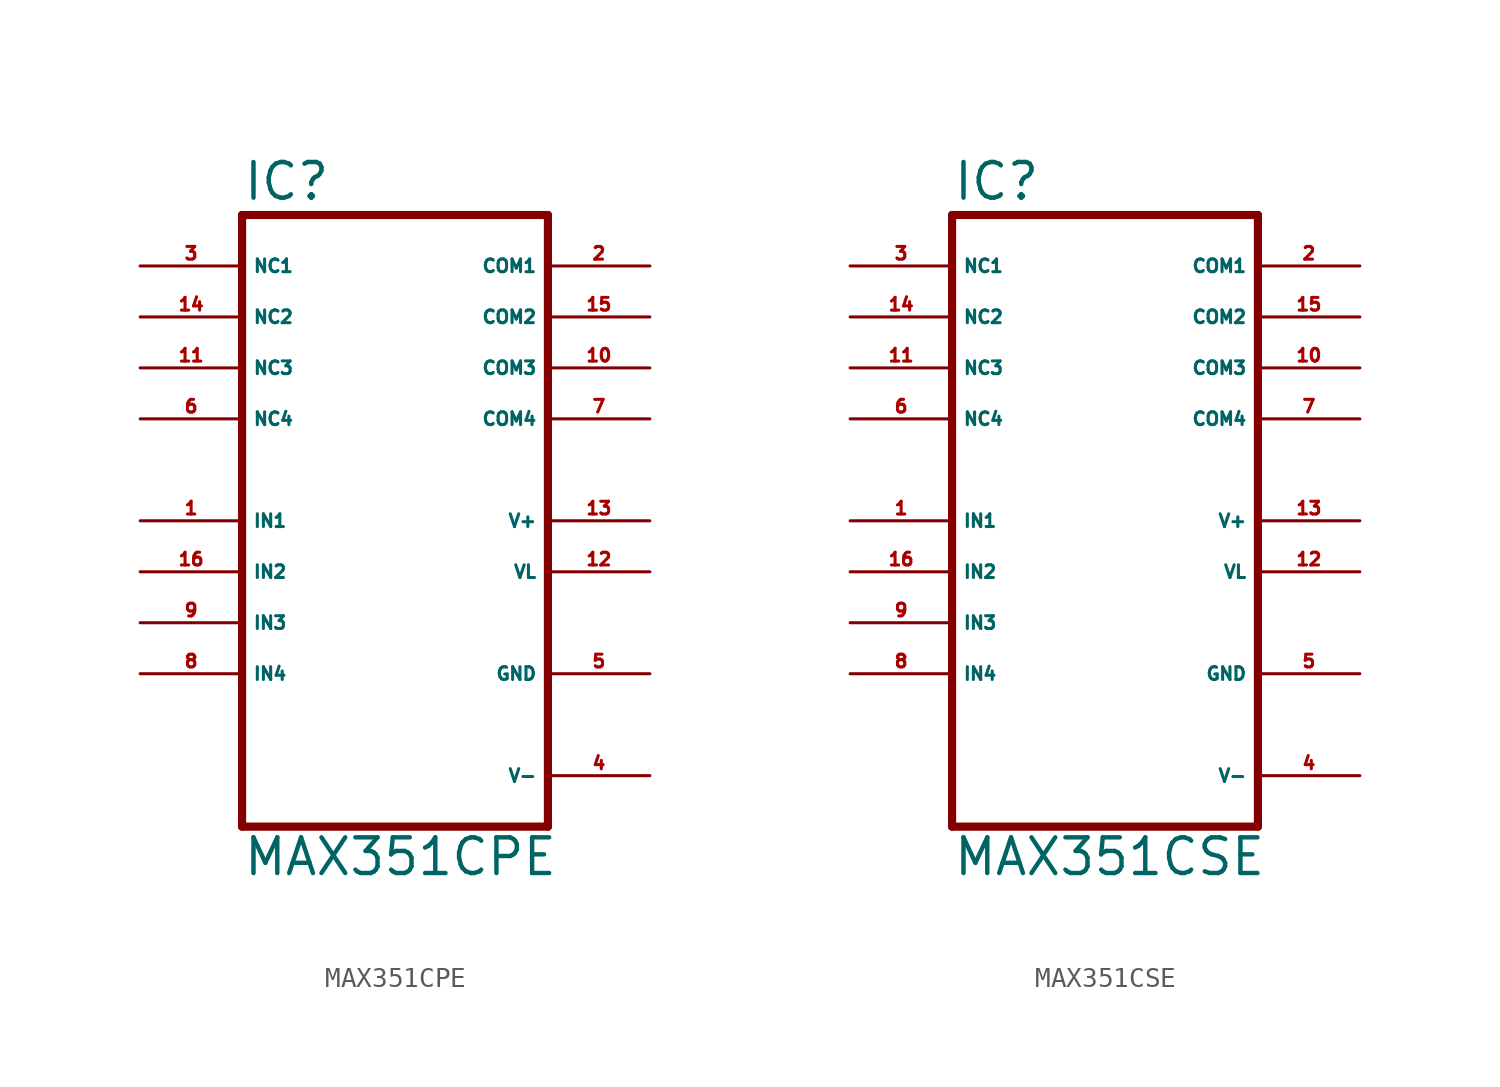
<source format=kicad_sym>
(kicad_symbol_lib
  (version 20220914)
  (generator Eagle2Kicad)
  (symbol "MAX351CPE"
    (property "Reference" "IC"
      (at -7.62 15.875 0)
      (effects (font (size 1.778 1.778) (thickness 0.22)) (justify left bottom)))
    (property "Value" "MAX351CPE"
      (at -7.62 -17.78 0)
      (effects (font (size 1.778 1.778) (thickness 0.22)) (justify left bottom)))
    (polyline
      (pts (xy 7.62 -15.24) (xy -7.62 -15.24))
      (stroke (width 0.406) (type default))
      (fill (type none)))
    (polyline
      (pts (xy -7.62 -15.24) (xy -7.62 15.24))
      (stroke (width 0.406) (type default))
      (fill (type none)))
    (polyline
      (pts (xy -7.62 15.24) (xy 7.62 15.24))
      (stroke (width 0.406) (type default))
      (fill (type none)))
    (polyline
      (pts (xy 7.62 15.24) (xy 7.62 -15.24))
      (stroke (width 0.406) (type default))
      (fill (type none)))
    (pin input line
      (at -12.7 0 0)
      (length 5.08)
      (name "IN1" (effects (font (size 0.635 0.635) (thickness 0.08)) (justify left bottom)))
      (number "1" (effects (font (size 0.635 0.635) (thickness 0.08)) (justify left bottom))))
    (pin input line
      (at -12.7 -2.54 0)
      (length 5.08)
      (name "IN2" (effects (font (size 0.635 0.635) (thickness 0.08)) (justify left bottom)))
      (number "16" (effects (font (size 0.635 0.635) (thickness 0.08)) (justify left bottom))))
    (pin input line
      (at -12.7 -5.08 0)
      (length 5.08)
      (name "IN3" (effects (font (size 0.635 0.635) (thickness 0.08)) (justify left bottom)))
      (number "9" (effects (font (size 0.635 0.635) (thickness 0.08)) (justify left bottom))))
    (pin input line
      (at -12.7 -7.62 0)
      (length 5.08)
      (name "IN4" (effects (font (size 0.635 0.635) (thickness 0.08)) (justify left bottom)))
      (number "8" (effects (font (size 0.635 0.635) (thickness 0.08)) (justify left bottom))))
    (pin passive line
      (at -12.7 12.7 0)
      (length 5.08)
      (name "NC1" (effects (font (size 0.635 0.635) (thickness 0.08)) (justify left bottom)))
      (number "3" (effects (font (size 0.635 0.635) (thickness 0.08)) (justify left bottom))))
    (pin passive line
      (at -12.7 10.16 0)
      (length 5.08)
      (name "NC2" (effects (font (size 0.635 0.635) (thickness 0.08)) (justify left bottom)))
      (number "14" (effects (font (size 0.635 0.635) (thickness 0.08)) (justify left bottom))))
    (pin passive line
      (at -12.7 7.62 0)
      (length 5.08)
      (name "NC3" (effects (font (size 0.635 0.635) (thickness 0.08)) (justify left bottom)))
      (number "11" (effects (font (size 0.635 0.635) (thickness 0.08)) (justify left bottom))))
    (pin passive line
      (at -12.7 5.08 0)
      (length 5.08)
      (name "NC4" (effects (font (size 0.635 0.635) (thickness 0.08)) (justify left bottom)))
      (number "6" (effects (font (size 0.635 0.635) (thickness 0.08)) (justify left bottom))))
    (pin passive line
      (at 12.7 12.7 180)
      (length 5.08)
      (name "COM1" (effects (font (size 0.635 0.635) (thickness 0.08)) (justify left bottom)))
      (number "2" (effects (font (size 0.635 0.635) (thickness 0.08)) (justify left bottom))))
    (pin passive line
      (at 12.7 10.16 180)
      (length 5.08)
      (name "COM2" (effects (font (size 0.635 0.635) (thickness 0.08)) (justify left bottom)))
      (number "15" (effects (font (size 0.635 0.635) (thickness 0.08)) (justify left bottom))))
    (pin passive line
      (at 12.7 7.62 180)
      (length 5.08)
      (name "COM3" (effects (font (size 0.635 0.635) (thickness 0.08)) (justify left bottom)))
      (number "10" (effects (font (size 0.635 0.635) (thickness 0.08)) (justify left bottom))))
    (pin passive line
      (at 12.7 5.08 180)
      (length 5.08)
      (name "COM4" (effects (font (size 0.635 0.635) (thickness 0.08)) (justify left bottom)))
      (number "7" (effects (font (size 0.635 0.635) (thickness 0.08)) (justify left bottom))))
    (pin unspecified line
      (at 12.7 0 180)
      (length 5.08)
      (name "V+" (effects (font (size 0.635 0.635) (thickness 0.08)) (justify left bottom)))
      (number "13" (effects (font (size 0.635 0.635) (thickness 0.08)) (justify left bottom))))
    (pin unspecified line
      (at 12.7 -2.54 180)
      (length 5.08)
      (name "VL" (effects (font (size 0.635 0.635) (thickness 0.08)) (justify left bottom)))
      (number "12" (effects (font (size 0.635 0.635) (thickness 0.08)) (justify left bottom))))
    (pin unspecified line
      (at 12.7 -7.62 180)
      (length 5.08)
      (name "GND" (effects (font (size 0.635 0.635) (thickness 0.08)) (justify left bottom)))
      (number "5" (effects (font (size 0.635 0.635) (thickness 0.08)) (justify left bottom))))
    (pin unspecified line
      (at 12.7 -12.7 180)
      (length 5.08)
      (name "V-" (effects (font (size 0.635 0.635) (thickness 0.08)) (justify left bottom)))
      (number "4" (effects (font (size 0.635 0.635) (thickness 0.08)) (justify left bottom)))))
  (symbol "MAX351CSE"
    (property "Reference" "IC"
      (at -7.62 15.875 0)
      (effects (font (size 1.778 1.778) (thickness 0.22)) (justify left bottom)))
    (property "Value" "MAX351CSE"
      (at -7.62 -17.78 0)
      (effects (font (size 1.778 1.778) (thickness 0.22)) (justify left bottom)))
    (polyline
      (pts (xy 7.62 -15.24) (xy -7.62 -15.24))
      (stroke (width 0.406) (type default))
      (fill (type none)))
    (polyline
      (pts (xy -7.62 -15.24) (xy -7.62 15.24))
      (stroke (width 0.406) (type default))
      (fill (type none)))
    (polyline
      (pts (xy -7.62 15.24) (xy 7.62 15.24))
      (stroke (width 0.406) (type default))
      (fill (type none)))
    (polyline
      (pts (xy 7.62 15.24) (xy 7.62 -15.24))
      (stroke (width 0.406) (type default))
      (fill (type none)))
    (pin input line
      (at -12.7 0 0)
      (length 5.08)
      (name "IN1" (effects (font (size 0.635 0.635) (thickness 0.08)) (justify left bottom)))
      (number "1" (effects (font (size 0.635 0.635) (thickness 0.08)) (justify left bottom))))
    (pin input line
      (at -12.7 -2.54 0)
      (length 5.08)
      (name "IN2" (effects (font (size 0.635 0.635) (thickness 0.08)) (justify left bottom)))
      (number "16" (effects (font (size 0.635 0.635) (thickness 0.08)) (justify left bottom))))
    (pin input line
      (at -12.7 -5.08 0)
      (length 5.08)
      (name "IN3" (effects (font (size 0.635 0.635) (thickness 0.08)) (justify left bottom)))
      (number "9" (effects (font (size 0.635 0.635) (thickness 0.08)) (justify left bottom))))
    (pin input line
      (at -12.7 -7.62 0)
      (length 5.08)
      (name "IN4" (effects (font (size 0.635 0.635) (thickness 0.08)) (justify left bottom)))
      (number "8" (effects (font (size 0.635 0.635) (thickness 0.08)) (justify left bottom))))
    (pin passive line
      (at -12.7 12.7 0)
      (length 5.08)
      (name "NC1" (effects (font (size 0.635 0.635) (thickness 0.08)) (justify left bottom)))
      (number "3" (effects (font (size 0.635 0.635) (thickness 0.08)) (justify left bottom))))
    (pin passive line
      (at -12.7 10.16 0)
      (length 5.08)
      (name "NC2" (effects (font (size 0.635 0.635) (thickness 0.08)) (justify left bottom)))
      (number "14" (effects (font (size 0.635 0.635) (thickness 0.08)) (justify left bottom))))
    (pin passive line
      (at -12.7 7.62 0)
      (length 5.08)
      (name "NC3" (effects (font (size 0.635 0.635) (thickness 0.08)) (justify left bottom)))
      (number "11" (effects (font (size 0.635 0.635) (thickness 0.08)) (justify left bottom))))
    (pin passive line
      (at -12.7 5.08 0)
      (length 5.08)
      (name "NC4" (effects (font (size 0.635 0.635) (thickness 0.08)) (justify left bottom)))
      (number "6" (effects (font (size 0.635 0.635) (thickness 0.08)) (justify left bottom))))
    (pin passive line
      (at 12.7 12.7 180)
      (length 5.08)
      (name "COM1" (effects (font (size 0.635 0.635) (thickness 0.08)) (justify left bottom)))
      (number "2" (effects (font (size 0.635 0.635) (thickness 0.08)) (justify left bottom))))
    (pin passive line
      (at 12.7 10.16 180)
      (length 5.08)
      (name "COM2" (effects (font (size 0.635 0.635) (thickness 0.08)) (justify left bottom)))
      (number "15" (effects (font (size 0.635 0.635) (thickness 0.08)) (justify left bottom))))
    (pin passive line
      (at 12.7 7.62 180)
      (length 5.08)
      (name "COM3" (effects (font (size 0.635 0.635) (thickness 0.08)) (justify left bottom)))
      (number "10" (effects (font (size 0.635 0.635) (thickness 0.08)) (justify left bottom))))
    (pin passive line
      (at 12.7 5.08 180)
      (length 5.08)
      (name "COM4" (effects (font (size 0.635 0.635) (thickness 0.08)) (justify left bottom)))
      (number "7" (effects (font (size 0.635 0.635) (thickness 0.08)) (justify left bottom))))
    (pin unspecified line
      (at 12.7 0 180)
      (length 5.08)
      (name "V+" (effects (font (size 0.635 0.635) (thickness 0.08)) (justify left bottom)))
      (number "13" (effects (font (size 0.635 0.635) (thickness 0.08)) (justify left bottom))))
    (pin unspecified line
      (at 12.7 -2.54 180)
      (length 5.08)
      (name "VL" (effects (font (size 0.635 0.635) (thickness 0.08)) (justify left bottom)))
      (number "12" (effects (font (size 0.635 0.635) (thickness 0.08)) (justify left bottom))))
    (pin unspecified line
      (at 12.7 -7.62 180)
      (length 5.08)
      (name "GND" (effects (font (size 0.635 0.635) (thickness 0.08)) (justify left bottom)))
      (number "5" (effects (font (size 0.635 0.635) (thickness 0.08)) (justify left bottom))))
    (pin unspecified line
      (at 12.7 -12.7 180)
      (length 5.08)
      (name "V-" (effects (font (size 0.635 0.635) (thickness 0.08)) (justify left bottom)))
      (number "4" (effects (font (size 0.635 0.635) (thickness 0.08)) (justify left bottom))))))
</source>
